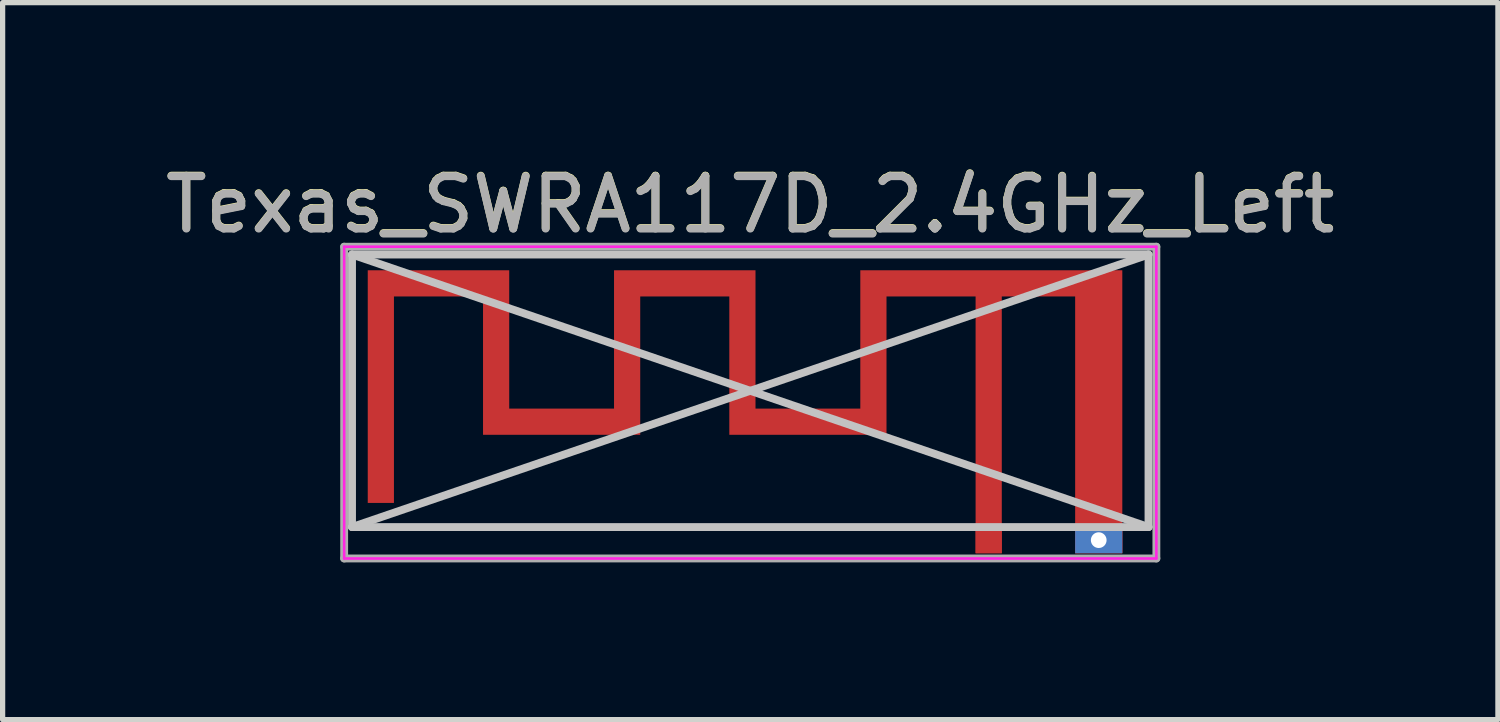
<source format=kicad_pcb>
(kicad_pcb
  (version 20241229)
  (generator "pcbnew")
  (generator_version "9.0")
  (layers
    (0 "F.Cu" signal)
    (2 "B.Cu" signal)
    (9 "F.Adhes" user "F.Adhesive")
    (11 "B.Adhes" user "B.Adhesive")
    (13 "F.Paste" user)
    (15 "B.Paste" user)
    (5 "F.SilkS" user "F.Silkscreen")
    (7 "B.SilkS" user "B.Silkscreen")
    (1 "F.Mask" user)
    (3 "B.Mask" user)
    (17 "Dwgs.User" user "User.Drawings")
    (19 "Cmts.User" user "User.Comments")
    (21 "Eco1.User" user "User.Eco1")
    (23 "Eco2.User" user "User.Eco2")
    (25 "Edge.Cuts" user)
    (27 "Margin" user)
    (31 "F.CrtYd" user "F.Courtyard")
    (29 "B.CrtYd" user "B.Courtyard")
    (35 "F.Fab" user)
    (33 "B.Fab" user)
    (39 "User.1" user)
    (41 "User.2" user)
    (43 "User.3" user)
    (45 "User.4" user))
  (footprint "Texas_SWRA117D_2.4GHz_Left"
    (layer "F.Cu")
    (at 15.818 7.258)
    (property "Reference" "Texas_SWRA117D_2.4GHz_Left" (at -4.55 -6.41 0) (layer "F.SilkS") (effects (font (size 1 1) (thickness 0.15))))
    (attr exclude_from_pos_files exclude_from_bom)
    (fp_poly (pts (xy -2.45 -2.51) (xy -4.45 -2.51) (xy -4.45 -5.15) (xy -7.15 -5.15) (xy -7.15 -2.51) (xy -9.15 -2.51) (xy -9.15 -5.15) (xy -11.85 -5.15) (xy -11.85 -0.71) (xy -11.35 -0.71) (xy -11.35 -4.65) (xy -9.65 -4.65) (xy -9.65 -2.01) (xy -6.65 -2.01) (xy -6.65 -4.65) (xy -4.95 -4.65) (xy -4.95 -2.01) (xy -1.95 -2.01) (xy -1.95 -4.65) (xy -0.25 -4.65) (xy -0.25 0.25) (xy 0.25 0.25) (xy 0.25 -4.65) (xy 1.65 -4.65) (xy 1.65 0.25) (xy 2.55 0.25) (xy 2.55 0.007) (xy 2.248 0.007) (xy 2.238 0.054) (xy 2.214 0.097) (xy 2.176 0.13) (xy 2.168 0.134) (xy 2.125 0.146) (xy 2.077 0.145) (xy 2.031 0.132) (xy 2.013 0.122) (xy 1.979 0.087) (xy 1.958 0.041) (xy 1.952 -0.008) (xy 1.96 -0.056) (xy 1.977 -0.089) (xy 2.012 -0.121) (xy 2.058 -0.141) (xy 2.107 -0.148) (xy 2.155 -0.14) (xy 2.188 -0.123) (xy 2.223 -0.086) (xy 2.243 -0.042) (xy 2.248 0.007) (xy 2.55 0.007) (xy 2.55 -5.15) (xy -2.45 -5.15) (xy -2.45 -2.51)) (stroke (width 0) (type solid)) (fill yes) (layer "F.Cu"))
    (fp_line (start -12.15 -0.25) (end -12.15 -5.45) (stroke (width 0.15) (type solid)) (layer "Dwgs.User"))
    (fp_line (start 3.05 -5.45) (end -12.15 -5.45) (stroke (width 0.15) (type solid)) (layer "Dwgs.User"))
    (fp_line (start 3.05 -5.45) (end -12.15 -0.25) (stroke (width 0.15) (type solid)) (layer "Dwgs.User"))
    (fp_line (start 3.05 -0.25) (end -12.15 -5.45) (stroke (width 0.15) (type solid)) (layer "Dwgs.User"))
    (fp_line (start 3.05 -0.25) (end -12.15 -0.25) (stroke (width 0.15) (type solid)) (layer "Dwgs.User"))
    (fp_line (start 3.05 -0.25) (end 3.05 -5.45) (stroke (width 0.15) (type solid)) (layer "Dwgs.User"))
    (fp_line (start -12.3 -5.6) (end -12.3 0.35) (stroke (width 0.05) (type solid)) (layer "F.CrtYd"))
    (fp_line (start -12.3 0.35) (end 3.2 0.35) (stroke (width 0.05) (type solid)) (layer "F.CrtYd"))
    (fp_line (start 3.2 -5.6) (end -12.3 -5.6) (stroke (width 0.05) (type solid)) (layer "F.CrtYd"))
    (fp_line (start 3.2 0.35) (end 3.2 -5.6) (stroke (width 0.05) (type solid)) (layer "F.CrtYd"))
    (fp_line (start -12.3 -5.6) (end -12.3 0.35) (stroke (width 0.15) (type solid)) (layer "F.Fab"))
    (fp_line (start -12.3 0.35) (end 3.2 0.35) (stroke (width 0.15) (type solid)) (layer "F.Fab"))
    (fp_line (start 3.2 -5.6) (end -12.3 -5.6) (stroke (width 0.15) (type solid)) (layer "F.Fab"))
    (fp_line (start 3.2 0.35) (end 3.2 -5.6) (stroke (width 0.15) (type solid)) (layer "F.Fab"))
    (fp_text user "${REFERENCE}" (at -4.55 -6.4 0) (layer "F.Fab") (effects (font (size 1 1) (thickness 0.15))))
    (pad "1" connect rect (at 0 0) (size 0.5 0.5) (layers "F.Cu"))
    (pad "2" thru_hole rect (at 2.1 0) (size 0.9 0.5) (drill 0.3) (layers "*.Cu")))
  (gr_rect
    (start -3 -3)
    (end 25.536 10.683)
    (stroke (width 0.1) (type default))
    (fill no)
    (layer "Edge.Cuts")))
</source>
